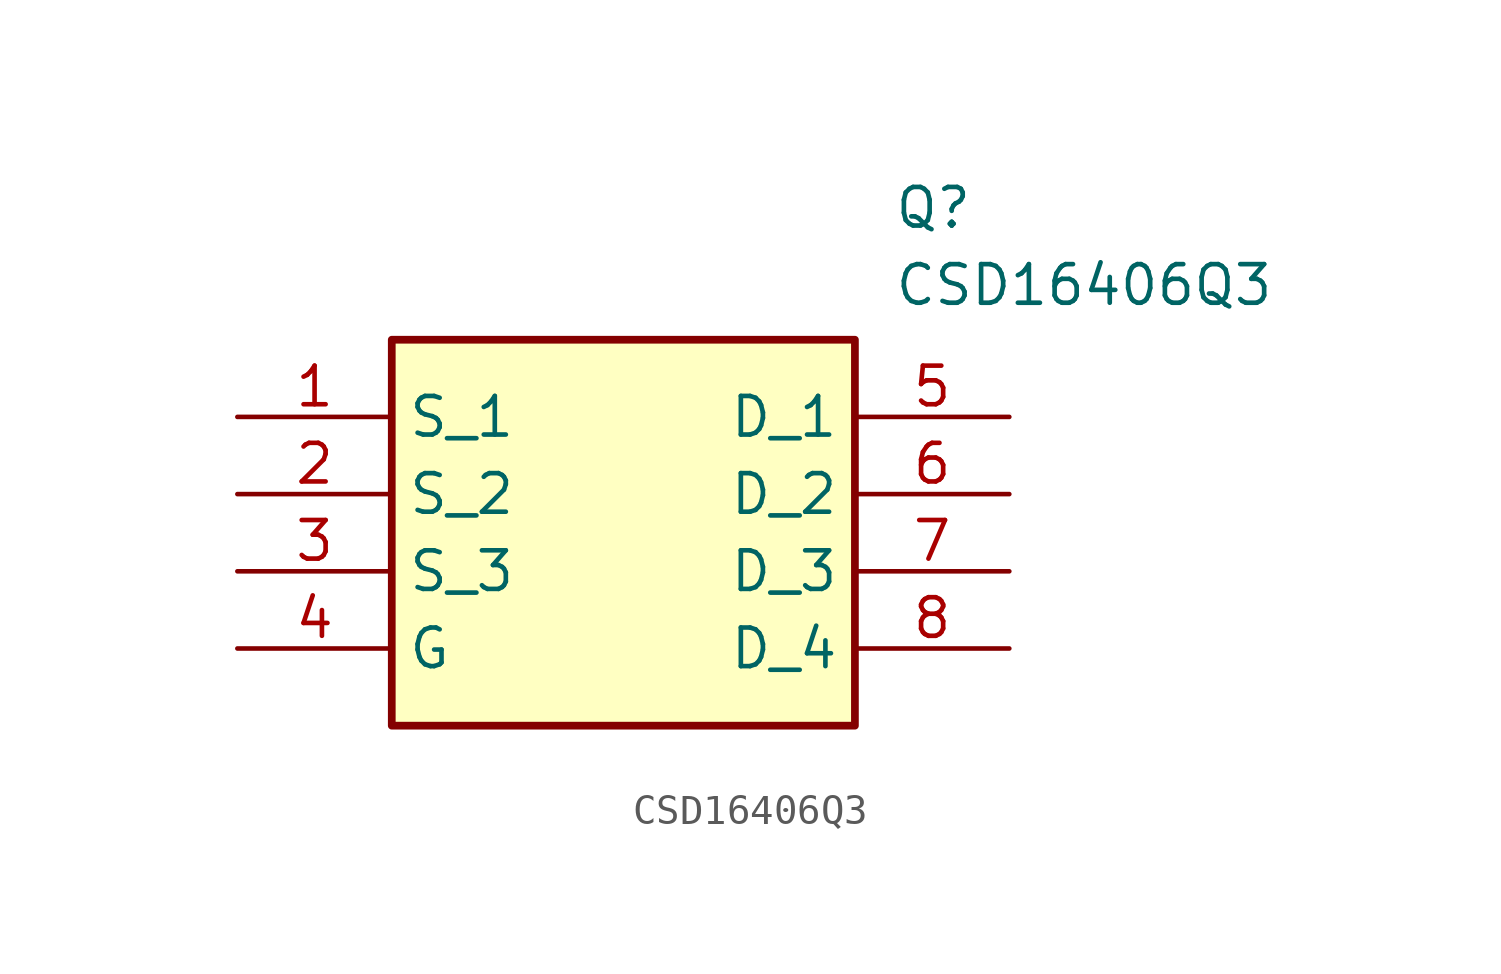
<source format=kicad_sym>
(kicad_symbol_lib
  (version 20211014)
  (generator SamacSys_ECAD_Model)
  (symbol "CSD16406Q3"
    (property "Reference" "Q"
      (at 21.59 7.62 0)
      (effects (font (size 1.27 1.27)) (justify left top)))
    (property "Value" "CSD16406Q3"
      (at 21.59 5.08 0)
      (effects (font (size 1.27 1.27)) (justify left top)))
    (rectangle
      (start 5.08 2.54)
      (end 20.32 -10.16)
      (stroke (width 0.254) (type default))
      (fill (type background)))
    (pin passive line
      (at 0 0 0)
      (length 5.08)
      (name "S_1" (effects (font (size 1.27 1.27))))
      (number "1" (effects (font (size 1.27 1.27)))))
    (pin passive line
      (at 0 -2.54 0)
      (length 5.08)
      (name "S_2" (effects (font (size 1.27 1.27))))
      (number "2" (effects (font (size 1.27 1.27)))))
    (pin passive line
      (at 0 -5.08 0)
      (length 5.08)
      (name "S_3" (effects (font (size 1.27 1.27))))
      (number "3" (effects (font (size 1.27 1.27)))))
    (pin passive line
      (at 0 -7.62 0)
      (length 5.08)
      (name "G" (effects (font (size 1.27 1.27))))
      (number "4" (effects (font (size 1.27 1.27)))))
    (pin passive line
      (at 25.4 0 180)
      (length 5.08)
      (name "D_1" (effects (font (size 1.27 1.27))))
      (number "5" (effects (font (size 1.27 1.27)))))
    (pin passive line
      (at 25.4 -2.54 180)
      (length 5.08)
      (name "D_2" (effects (font (size 1.27 1.27))))
      (number "6" (effects (font (size 1.27 1.27)))))
    (pin passive line
      (at 25.4 -5.08 180)
      (length 5.08)
      (name "D_3" (effects (font (size 1.27 1.27))))
      (number "7" (effects (font (size 1.27 1.27)))))
    (pin passive line
      (at 25.4 -7.62 180)
      (length 5.08)
      (name "D_4" (effects (font (size 1.27 1.27))))
      (number "8" (effects (font (size 1.27 1.27)))))))
</source>
